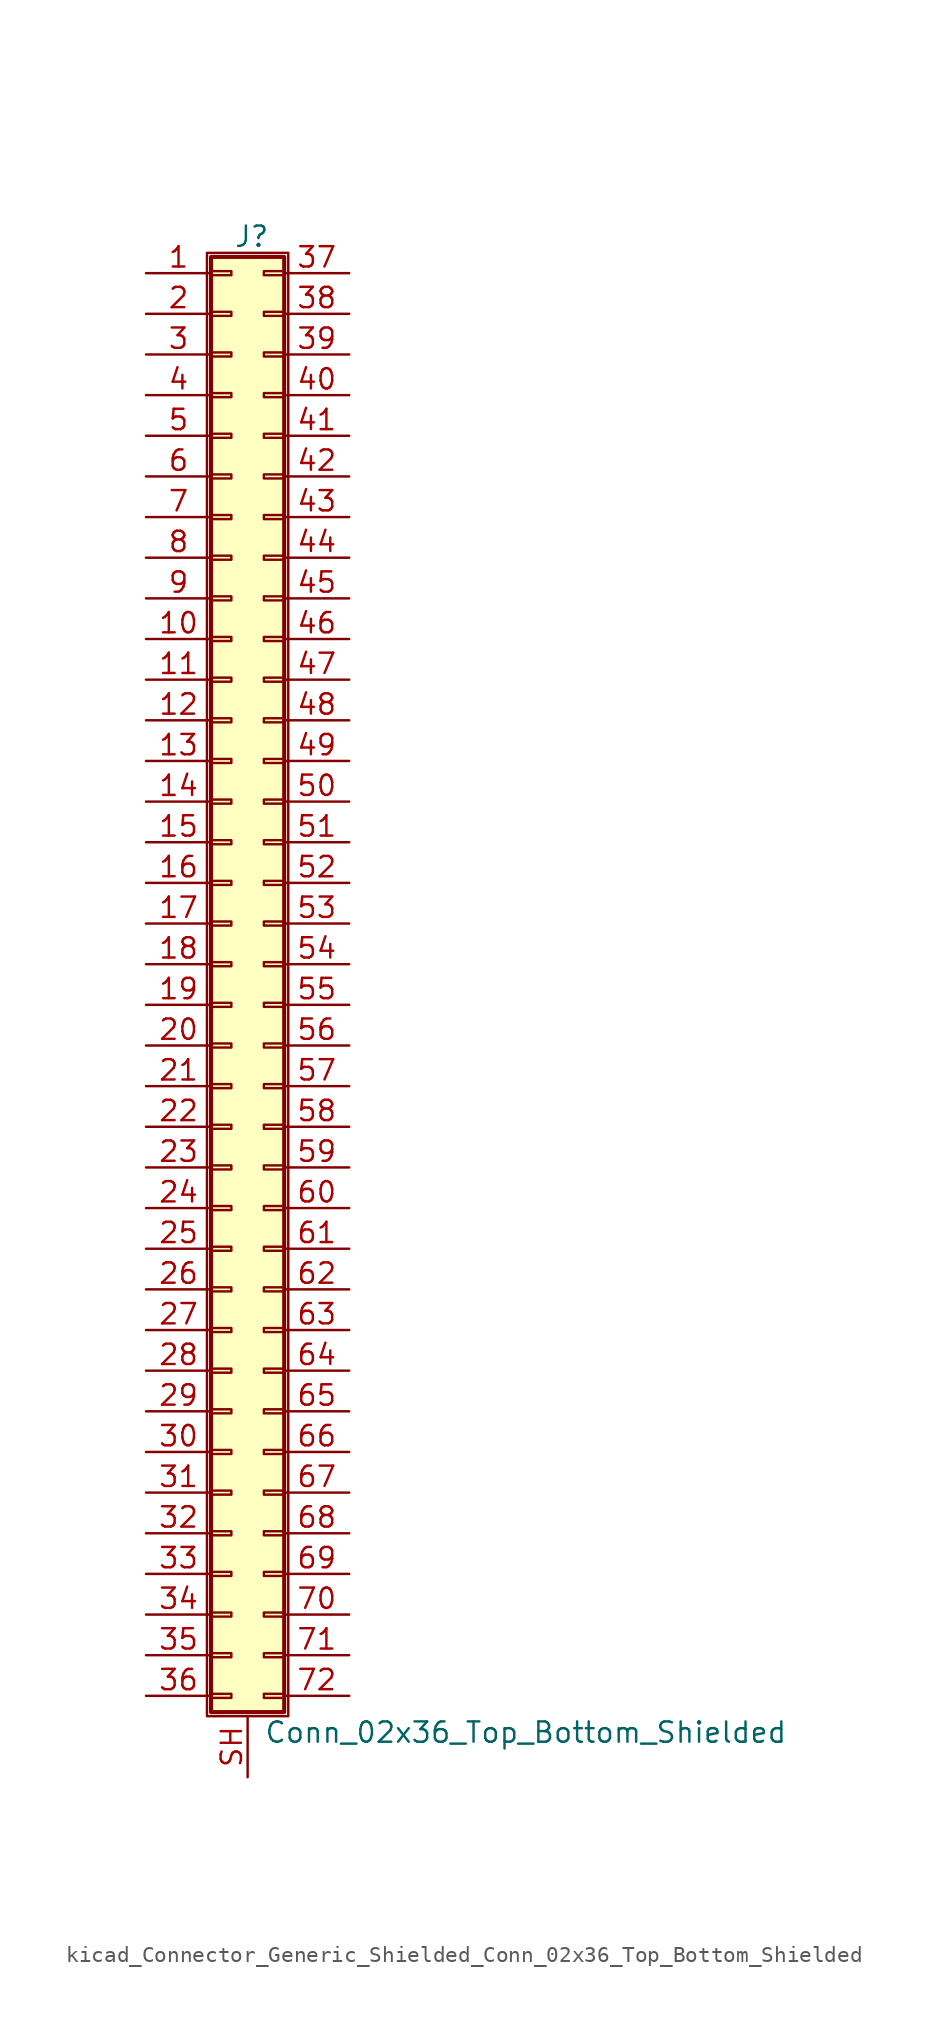
<source format=kicad_sym>
(kicad_symbol_lib
  (version 20220914)
  (generator kicad_symbol_editor)
  (symbol "kicad_Connector_Generic_Shielded_Conn_02x36_Top_Bottom_Shielded"
    (pin_names
      (offset 1.016) hide)
    (property "Reference" "J"
      (at 1.524 45.466 0)
      (effects (font (size 1.27 1.27))))
    (property "Value" "Conn_02x36_Top_Bottom_Shielded"
      (at 2.286 -48.006 0)
      (effects (font (size 1.27 1.27)) (justify left)))
    (symbol "kicad_Connector_Generic_Shielded_Conn_02x36_Top_Bottom_Shielded_1_1"
      (rectangle (start -1.27 44.45) (end 3.81 -46.99) (stroke (width 0.152) (type default)) (fill (type none)))
      (rectangle (start -1.016 -45.593) (end 0.254 -45.847) (stroke (width 0.152) (type default)) (fill (type none)))
      (rectangle (start -1.016 -43.053) (end 0.254 -43.307) (stroke (width 0.152) (type default)) (fill (type none)))
      (rectangle (start -1.016 -40.513) (end 0.254 -40.767) (stroke (width 0.152) (type default)) (fill (type none)))
      (rectangle (start -1.016 -37.973) (end 0.254 -38.227) (stroke (width 0.152) (type default)) (fill (type none)))
      (rectangle (start -1.016 -35.433) (end 0.254 -35.687) (stroke (width 0.152) (type default)) (fill (type none)))
      (rectangle (start -1.016 -32.893) (end 0.254 -33.147) (stroke (width 0.152) (type default)) (fill (type none)))
      (rectangle (start -1.016 -30.353) (end 0.254 -30.607) (stroke (width 0.152) (type default)) (fill (type none)))
      (rectangle (start -1.016 -27.813) (end 0.254 -28.067) (stroke (width 0.152) (type default)) (fill (type none)))
      (rectangle (start -1.016 -25.273) (end 0.254 -25.527) (stroke (width 0.152) (type default)) (fill (type none)))
      (rectangle (start -1.016 -22.733) (end 0.254 -22.987) (stroke (width 0.152) (type default)) (fill (type none)))
      (rectangle (start -1.016 -20.193) (end 0.254 -20.447) (stroke (width 0.152) (type default)) (fill (type none)))
      (rectangle (start -1.016 -17.653) (end 0.254 -17.907) (stroke (width 0.152) (type default)) (fill (type none)))
      (rectangle (start -1.016 -15.113) (end 0.254 -15.367) (stroke (width 0.152) (type default)) (fill (type none)))
      (rectangle (start -1.016 -12.573) (end 0.254 -12.827) (stroke (width 0.152) (type default)) (fill (type none)))
      (rectangle (start -1.016 -10.033) (end 0.254 -10.287) (stroke (width 0.152) (type default)) (fill (type none)))
      (rectangle (start -1.016 -7.493) (end 0.254 -7.747) (stroke (width 0.152) (type default)) (fill (type none)))
      (rectangle (start -1.016 -4.953) (end 0.254 -5.207) (stroke (width 0.152) (type default)) (fill (type none)))
      (rectangle (start -1.016 -2.413) (end 0.254 -2.667) (stroke (width 0.152) (type default)) (fill (type none)))
      (rectangle (start -1.016 0.127) (end 0.254 -0.127) (stroke (width 0.152) (type default)) (fill (type none)))
      (rectangle (start -1.016 2.667) (end 0.254 2.413) (stroke (width 0.152) (type default)) (fill (type none)))
      (rectangle (start -1.016 5.207) (end 0.254 4.953) (stroke (width 0.152) (type default)) (fill (type none)))
      (rectangle (start -1.016 7.747) (end 0.254 7.493) (stroke (width 0.152) (type default)) (fill (type none)))
      (rectangle (start -1.016 10.287) (end 0.254 10.033) (stroke (width 0.152) (type default)) (fill (type none)))
      (rectangle (start -1.016 12.827) (end 0.254 12.573) (stroke (width 0.152) (type default)) (fill (type none)))
      (rectangle (start -1.016 15.367) (end 0.254 15.113) (stroke (width 0.152) (type default)) (fill (type none)))
      (rectangle (start -1.016 17.907) (end 0.254 17.653) (stroke (width 0.152) (type default)) (fill (type none)))
      (rectangle (start -1.016 20.447) (end 0.254 20.193) (stroke (width 0.152) (type default)) (fill (type none)))
      (rectangle (start -1.016 22.987) (end 0.254 22.733) (stroke (width 0.152) (type default)) (fill (type none)))
      (rectangle (start -1.016 25.527) (end 0.254 25.273) (stroke (width 0.152) (type default)) (fill (type none)))
      (rectangle (start -1.016 28.067) (end 0.254 27.813) (stroke (width 0.152) (type default)) (fill (type none)))
      (rectangle (start -1.016 30.607) (end 0.254 30.353) (stroke (width 0.152) (type default)) (fill (type none)))
      (rectangle (start -1.016 33.147) (end 0.254 32.893) (stroke (width 0.152) (type default)) (fill (type none)))
      (rectangle (start -1.016 35.687) (end 0.254 35.433) (stroke (width 0.152) (type default)) (fill (type none)))
      (rectangle (start -1.016 38.227) (end 0.254 37.973) (stroke (width 0.152) (type default)) (fill (type none)))
      (rectangle (start -1.016 40.767) (end 0.254 40.513) (stroke (width 0.152) (type default)) (fill (type none)))
      (rectangle (start -1.016 43.307) (end 0.254 43.053) (stroke (width 0.152) (type default)) (fill (type none)))
      (rectangle (start -1.016 44.196) (end 3.556 -46.736) (stroke (width 0.254) (type default)) (fill (type background)))
      (rectangle (start 3.556 -45.593) (end 2.286 -45.847) (stroke (width 0.152) (type default)) (fill (type none)))
      (rectangle (start 3.556 -43.053) (end 2.286 -43.307) (stroke (width 0.152) (type default)) (fill (type none)))
      (rectangle (start 3.556 -40.513) (end 2.286 -40.767) (stroke (width 0.152) (type default)) (fill (type none)))
      (rectangle (start 3.556 -37.973) (end 2.286 -38.227) (stroke (width 0.152) (type default)) (fill (type none)))
      (rectangle (start 3.556 -35.433) (end 2.286 -35.687) (stroke (width 0.152) (type default)) (fill (type none)))
      (rectangle (start 3.556 -32.893) (end 2.286 -33.147) (stroke (width 0.152) (type default)) (fill (type none)))
      (rectangle (start 3.556 -30.353) (end 2.286 -30.607) (stroke (width 0.152) (type default)) (fill (type none)))
      (rectangle (start 3.556 -27.813) (end 2.286 -28.067) (stroke (width 0.152) (type default)) (fill (type none)))
      (rectangle (start 3.556 -25.273) (end 2.286 -25.527) (stroke (width 0.152) (type default)) (fill (type none)))
      (rectangle (start 3.556 -22.733) (end 2.286 -22.987) (stroke (width 0.152) (type default)) (fill (type none)))
      (rectangle (start 3.556 -20.193) (end 2.286 -20.447) (stroke (width 0.152) (type default)) (fill (type none)))
      (rectangle (start 3.556 -17.653) (end 2.286 -17.907) (stroke (width 0.152) (type default)) (fill (type none)))
      (rectangle (start 3.556 -15.113) (end 2.286 -15.367) (stroke (width 0.152) (type default)) (fill (type none)))
      (rectangle (start 3.556 -12.573) (end 2.286 -12.827) (stroke (width 0.152) (type default)) (fill (type none)))
      (rectangle (start 3.556 -10.033) (end 2.286 -10.287) (stroke (width 0.152) (type default)) (fill (type none)))
      (rectangle (start 3.556 -7.493) (end 2.286 -7.747) (stroke (width 0.152) (type default)) (fill (type none)))
      (rectangle (start 3.556 -4.953) (end 2.286 -5.207) (stroke (width 0.152) (type default)) (fill (type none)))
      (rectangle (start 3.556 -2.413) (end 2.286 -2.667) (stroke (width 0.152) (type default)) (fill (type none)))
      (rectangle (start 3.556 0.127) (end 2.286 -0.127) (stroke (width 0.152) (type default)) (fill (type none)))
      (rectangle (start 3.556 2.667) (end 2.286 2.413) (stroke (width 0.152) (type default)) (fill (type none)))
      (rectangle (start 3.556 5.207) (end 2.286 4.953) (stroke (width 0.152) (type default)) (fill (type none)))
      (rectangle (start 3.556 7.747) (end 2.286 7.493) (stroke (width 0.152) (type default)) (fill (type none)))
      (rectangle (start 3.556 10.287) (end 2.286 10.033) (stroke (width 0.152) (type default)) (fill (type none)))
      (rectangle (start 3.556 12.827) (end 2.286 12.573) (stroke (width 0.152) (type default)) (fill (type none)))
      (rectangle (start 3.556 15.367) (end 2.286 15.113) (stroke (width 0.152) (type default)) (fill (type none)))
      (rectangle (start 3.556 17.907) (end 2.286 17.653) (stroke (width 0.152) (type default)) (fill (type none)))
      (rectangle (start 3.556 20.447) (end 2.286 20.193) (stroke (width 0.152) (type default)) (fill (type none)))
      (rectangle (start 3.556 22.987) (end 2.286 22.733) (stroke (width 0.152) (type default)) (fill (type none)))
      (rectangle (start 3.556 25.527) (end 2.286 25.273) (stroke (width 0.152) (type default)) (fill (type none)))
      (rectangle (start 3.556 28.067) (end 2.286 27.813) (stroke (width 0.152) (type default)) (fill (type none)))
      (rectangle (start 3.556 30.607) (end 2.286 30.353) (stroke (width 0.152) (type default)) (fill (type none)))
      (rectangle (start 3.556 33.147) (end 2.286 32.893) (stroke (width 0.152) (type default)) (fill (type none)))
      (rectangle (start 3.556 35.687) (end 2.286 35.433) (stroke (width 0.152) (type default)) (fill (type none)))
      (rectangle (start 3.556 38.227) (end 2.286 37.973) (stroke (width 0.152) (type default)) (fill (type none)))
      (rectangle (start 3.556 40.767) (end 2.286 40.513) (stroke (width 0.152) (type default)) (fill (type none)))
      (rectangle (start 3.556 43.307) (end 2.286 43.053) (stroke (width 0.152) (type default)) (fill (type none)))
      (pin passive line (at -5.08 43.18 0) (length 4.064) (name "Pin_1" (effects (font (size 1.27 1.27)))) (number "1" (effects (font (size 1.27 1.27)))))
      (pin passive line (at -5.08 20.32 0) (length 4.064) (name "Pin_10" (effects (font (size 1.27 1.27)))) (number "10" (effects (font (size 1.27 1.27)))))
      (pin passive line (at -5.08 17.78 0) (length 4.064) (name "Pin_11" (effects (font (size 1.27 1.27)))) (number "11" (effects (font (size 1.27 1.27)))))
      (pin passive line (at -5.08 15.24 0) (length 4.064) (name "Pin_12" (effects (font (size 1.27 1.27)))) (number "12" (effects (font (size 1.27 1.27)))))
      (pin passive line (at -5.08 12.7 0) (length 4.064) (name "Pin_13" (effects (font (size 1.27 1.27)))) (number "13" (effects (font (size 1.27 1.27)))))
      (pin passive line (at -5.08 10.16 0) (length 4.064) (name "Pin_14" (effects (font (size 1.27 1.27)))) (number "14" (effects (font (size 1.27 1.27)))))
      (pin passive line (at -5.08 7.62 0) (length 4.064) (name "Pin_15" (effects (font (size 1.27 1.27)))) (number "15" (effects (font (size 1.27 1.27)))))
      (pin passive line (at -5.08 5.08 0) (length 4.064) (name "Pin_16" (effects (font (size 1.27 1.27)))) (number "16" (effects (font (size 1.27 1.27)))))
      (pin passive line (at -5.08 2.54 0) (length 4.064) (name "Pin_17" (effects (font (size 1.27 1.27)))) (number "17" (effects (font (size 1.27 1.27)))))
      (pin passive line (at -5.08 0 0) (length 4.064) (name "Pin_18" (effects (font (size 1.27 1.27)))) (number "18" (effects (font (size 1.27 1.27)))))
      (pin passive line (at -5.08 -2.54 0) (length 4.064) (name "Pin_19" (effects (font (size 1.27 1.27)))) (number "19" (effects (font (size 1.27 1.27)))))
      (pin passive line (at -5.08 40.64 0) (length 4.064) (name "Pin_2" (effects (font (size 1.27 1.27)))) (number "2" (effects (font (size 1.27 1.27)))))
      (pin passive line (at -5.08 -5.08 0) (length 4.064) (name "Pin_20" (effects (font (size 1.27 1.27)))) (number "20" (effects (font (size 1.27 1.27)))))
      (pin passive line (at -5.08 -7.62 0) (length 4.064) (name "Pin_21" (effects (font (size 1.27 1.27)))) (number "21" (effects (font (size 1.27 1.27)))))
      (pin passive line (at -5.08 -10.16 0) (length 4.064) (name "Pin_22" (effects (font (size 1.27 1.27)))) (number "22" (effects (font (size 1.27 1.27)))))
      (pin passive line (at -5.08 -12.7 0) (length 4.064) (name "Pin_23" (effects (font (size 1.27 1.27)))) (number "23" (effects (font (size 1.27 1.27)))))
      (pin passive line (at -5.08 -15.24 0) (length 4.064) (name "Pin_24" (effects (font (size 1.27 1.27)))) (number "24" (effects (font (size 1.27 1.27)))))
      (pin passive line (at -5.08 -17.78 0) (length 4.064) (name "Pin_25" (effects (font (size 1.27 1.27)))) (number "25" (effects (font (size 1.27 1.27)))))
      (pin passive line (at -5.08 -20.32 0) (length 4.064) (name "Pin_26" (effects (font (size 1.27 1.27)))) (number "26" (effects (font (size 1.27 1.27)))))
      (pin passive line (at -5.08 -22.86 0) (length 4.064) (name "Pin_27" (effects (font (size 1.27 1.27)))) (number "27" (effects (font (size 1.27 1.27)))))
      (pin passive line (at -5.08 -25.4 0) (length 4.064) (name "Pin_28" (effects (font (size 1.27 1.27)))) (number "28" (effects (font (size 1.27 1.27)))))
      (pin passive line (at -5.08 -27.94 0) (length 4.064) (name "Pin_29" (effects (font (size 1.27 1.27)))) (number "29" (effects (font (size 1.27 1.27)))))
      (pin passive line (at -5.08 38.1 0) (length 4.064) (name "Pin_3" (effects (font (size 1.27 1.27)))) (number "3" (effects (font (size 1.27 1.27)))))
      (pin passive line (at -5.08 -30.48 0) (length 4.064) (name "Pin_30" (effects (font (size 1.27 1.27)))) (number "30" (effects (font (size 1.27 1.27)))))
      (pin passive line (at -5.08 -33.02 0) (length 4.064) (name "Pin_31" (effects (font (size 1.27 1.27)))) (number "31" (effects (font (size 1.27 1.27)))))
      (pin passive line (at -5.08 -35.56 0) (length 4.064) (name "Pin_32" (effects (font (size 1.27 1.27)))) (number "32" (effects (font (size 1.27 1.27)))))
      (pin passive line (at -5.08 -38.1 0) (length 4.064) (name "Pin_33" (effects (font (size 1.27 1.27)))) (number "33" (effects (font (size 1.27 1.27)))))
      (pin passive line (at -5.08 -40.64 0) (length 4.064) (name "Pin_34" (effects (font (size 1.27 1.27)))) (number "34" (effects (font (size 1.27 1.27)))))
      (pin passive line (at -5.08 -43.18 0) (length 4.064) (name "Pin_35" (effects (font (size 1.27 1.27)))) (number "35" (effects (font (size 1.27 1.27)))))
      (pin passive line (at -5.08 -45.72 0) (length 4.064) (name "Pin_36" (effects (font (size 1.27 1.27)))) (number "36" (effects (font (size 1.27 1.27)))))
      (pin passive line (at 7.62 43.18 180) (length 4.064) (name "Pin_37" (effects (font (size 1.27 1.27)))) (number "37" (effects (font (size 1.27 1.27)))))
      (pin passive line (at 7.62 40.64 180) (length 4.064) (name "Pin_38" (effects (font (size 1.27 1.27)))) (number "38" (effects (font (size 1.27 1.27)))))
      (pin passive line (at 7.62 38.1 180) (length 4.064) (name "Pin_39" (effects (font (size 1.27 1.27)))) (number "39" (effects (font (size 1.27 1.27)))))
      (pin passive line (at -5.08 35.56 0) (length 4.064) (name "Pin_4" (effects (font (size 1.27 1.27)))) (number "4" (effects (font (size 1.27 1.27)))))
      (pin passive line (at 7.62 35.56 180) (length 4.064) (name "Pin_40" (effects (font (size 1.27 1.27)))) (number "40" (effects (font (size 1.27 1.27)))))
      (pin passive line (at 7.62 33.02 180) (length 4.064) (name "Pin_41" (effects (font (size 1.27 1.27)))) (number "41" (effects (font (size 1.27 1.27)))))
      (pin passive line (at 7.62 30.48 180) (length 4.064) (name "Pin_42" (effects (font (size 1.27 1.27)))) (number "42" (effects (font (size 1.27 1.27)))))
      (pin passive line (at 7.62 27.94 180) (length 4.064) (name "Pin_43" (effects (font (size 1.27 1.27)))) (number "43" (effects (font (size 1.27 1.27)))))
      (pin passive line (at 7.62 25.4 180) (length 4.064) (name "Pin_44" (effects (font (size 1.27 1.27)))) (number "44" (effects (font (size 1.27 1.27)))))
      (pin passive line (at 7.62 22.86 180) (length 4.064) (name "Pin_45" (effects (font (size 1.27 1.27)))) (number "45" (effects (font (size 1.27 1.27)))))
      (pin passive line (at 7.62 20.32 180) (length 4.064) (name "Pin_46" (effects (font (size 1.27 1.27)))) (number "46" (effects (font (size 1.27 1.27)))))
      (pin passive line (at 7.62 17.78 180) (length 4.064) (name "Pin_47" (effects (font (size 1.27 1.27)))) (number "47" (effects (font (size 1.27 1.27)))))
      (pin passive line (at 7.62 15.24 180) (length 4.064) (name "Pin_48" (effects (font (size 1.27 1.27)))) (number "48" (effects (font (size 1.27 1.27)))))
      (pin passive line (at 7.62 12.7 180) (length 4.064) (name "Pin_49" (effects (font (size 1.27 1.27)))) (number "49" (effects (font (size 1.27 1.27)))))
      (pin passive line (at -5.08 33.02 0) (length 4.064) (name "Pin_5" (effects (font (size 1.27 1.27)))) (number "5" (effects (font (size 1.27 1.27)))))
      (pin passive line (at 7.62 10.16 180) (length 4.064) (name "Pin_50" (effects (font (size 1.27 1.27)))) (number "50" (effects (font (size 1.27 1.27)))))
      (pin passive line (at 7.62 7.62 180) (length 4.064) (name "Pin_51" (effects (font (size 1.27 1.27)))) (number "51" (effects (font (size 1.27 1.27)))))
      (pin passive line (at 7.62 5.08 180) (length 4.064) (name "Pin_52" (effects (font (size 1.27 1.27)))) (number "52" (effects (font (size 1.27 1.27)))))
      (pin passive line (at 7.62 2.54 180) (length 4.064) (name "Pin_53" (effects (font (size 1.27 1.27)))) (number "53" (effects (font (size 1.27 1.27)))))
      (pin passive line (at 7.62 0 180) (length 4.064) (name "Pin_54" (effects (font (size 1.27 1.27)))) (number "54" (effects (font (size 1.27 1.27)))))
      (pin passive line (at 7.62 -2.54 180) (length 4.064) (name "Pin_55" (effects (font (size 1.27 1.27)))) (number "55" (effects (font (size 1.27 1.27)))))
      (pin passive line (at 7.62 -5.08 180) (length 4.064) (name "Pin_56" (effects (font (size 1.27 1.27)))) (number "56" (effects (font (size 1.27 1.27)))))
      (pin passive line (at 7.62 -7.62 180) (length 4.064) (name "Pin_57" (effects (font (size 1.27 1.27)))) (number "57" (effects (font (size 1.27 1.27)))))
      (pin passive line (at 7.62 -10.16 180) (length 4.064) (name "Pin_58" (effects (font (size 1.27 1.27)))) (number "58" (effects (font (size 1.27 1.27)))))
      (pin passive line (at 7.62 -12.7 180) (length 4.064) (name "Pin_59" (effects (font (size 1.27 1.27)))) (number "59" (effects (font (size 1.27 1.27)))))
      (pin passive line (at -5.08 30.48 0) (length 4.064) (name "Pin_6" (effects (font (size 1.27 1.27)))) (number "6" (effects (font (size 1.27 1.27)))))
      (pin passive line (at 7.62 -15.24 180) (length 4.064) (name "Pin_60" (effects (font (size 1.27 1.27)))) (number "60" (effects (font (size 1.27 1.27)))))
      (pin passive line (at 7.62 -17.78 180) (length 4.064) (name "Pin_61" (effects (font (size 1.27 1.27)))) (number "61" (effects (font (size 1.27 1.27)))))
      (pin passive line (at 7.62 -20.32 180) (length 4.064) (name "Pin_62" (effects (font (size 1.27 1.27)))) (number "62" (effects (font (size 1.27 1.27)))))
      (pin passive line (at 7.62 -22.86 180) (length 4.064) (name "Pin_63" (effects (font (size 1.27 1.27)))) (number "63" (effects (font (size 1.27 1.27)))))
      (pin passive line (at 7.62 -25.4 180) (length 4.064) (name "Pin_64" (effects (font (size 1.27 1.27)))) (number "64" (effects (font (size 1.27 1.27)))))
      (pin passive line (at 7.62 -27.94 180) (length 4.064) (name "Pin_65" (effects (font (size 1.27 1.27)))) (number "65" (effects (font (size 1.27 1.27)))))
      (pin passive line (at 7.62 -30.48 180) (length 4.064) (name "Pin_66" (effects (font (size 1.27 1.27)))) (number "66" (effects (font (size 1.27 1.27)))))
      (pin passive line (at 7.62 -33.02 180) (length 4.064) (name "Pin_67" (effects (font (size 1.27 1.27)))) (number "67" (effects (font (size 1.27 1.27)))))
      (pin passive line (at 7.62 -35.56 180) (length 4.064) (name "Pin_68" (effects (font (size 1.27 1.27)))) (number "68" (effects (font (size 1.27 1.27)))))
      (pin passive line (at 7.62 -38.1 180) (length 4.064) (name "Pin_69" (effects (font (size 1.27 1.27)))) (number "69" (effects (font (size 1.27 1.27)))))
      (pin passive line (at -5.08 27.94 0) (length 4.064) (name "Pin_7" (effects (font (size 1.27 1.27)))) (number "7" (effects (font (size 1.27 1.27)))))
      (pin passive line (at 7.62 -40.64 180) (length 4.064) (name "Pin_70" (effects (font (size 1.27 1.27)))) (number "70" (effects (font (size 1.27 1.27)))))
      (pin passive line (at 7.62 -43.18 180) (length 4.064) (name "Pin_71" (effects (font (size 1.27 1.27)))) (number "71" (effects (font (size 1.27 1.27)))))
      (pin passive line (at 7.62 -45.72 180) (length 4.064) (name "Pin_72" (effects (font (size 1.27 1.27)))) (number "72" (effects (font (size 1.27 1.27)))))
      (pin passive line (at -5.08 25.4 0) (length 4.064) (name "Pin_8" (effects (font (size 1.27 1.27)))) (number "8" (effects (font (size 1.27 1.27)))))
      (pin passive line (at -5.08 22.86 0) (length 4.064) (name "Pin_9" (effects (font (size 1.27 1.27)))) (number "9" (effects (font (size 1.27 1.27)))))
      (pin passive line (at 1.27 -50.8 90) (length 3.81) (name "Shield" (effects (font (size 1.27 1.27)))) (number "SH" (effects (font (size 1.27 1.27))))))))
</source>
